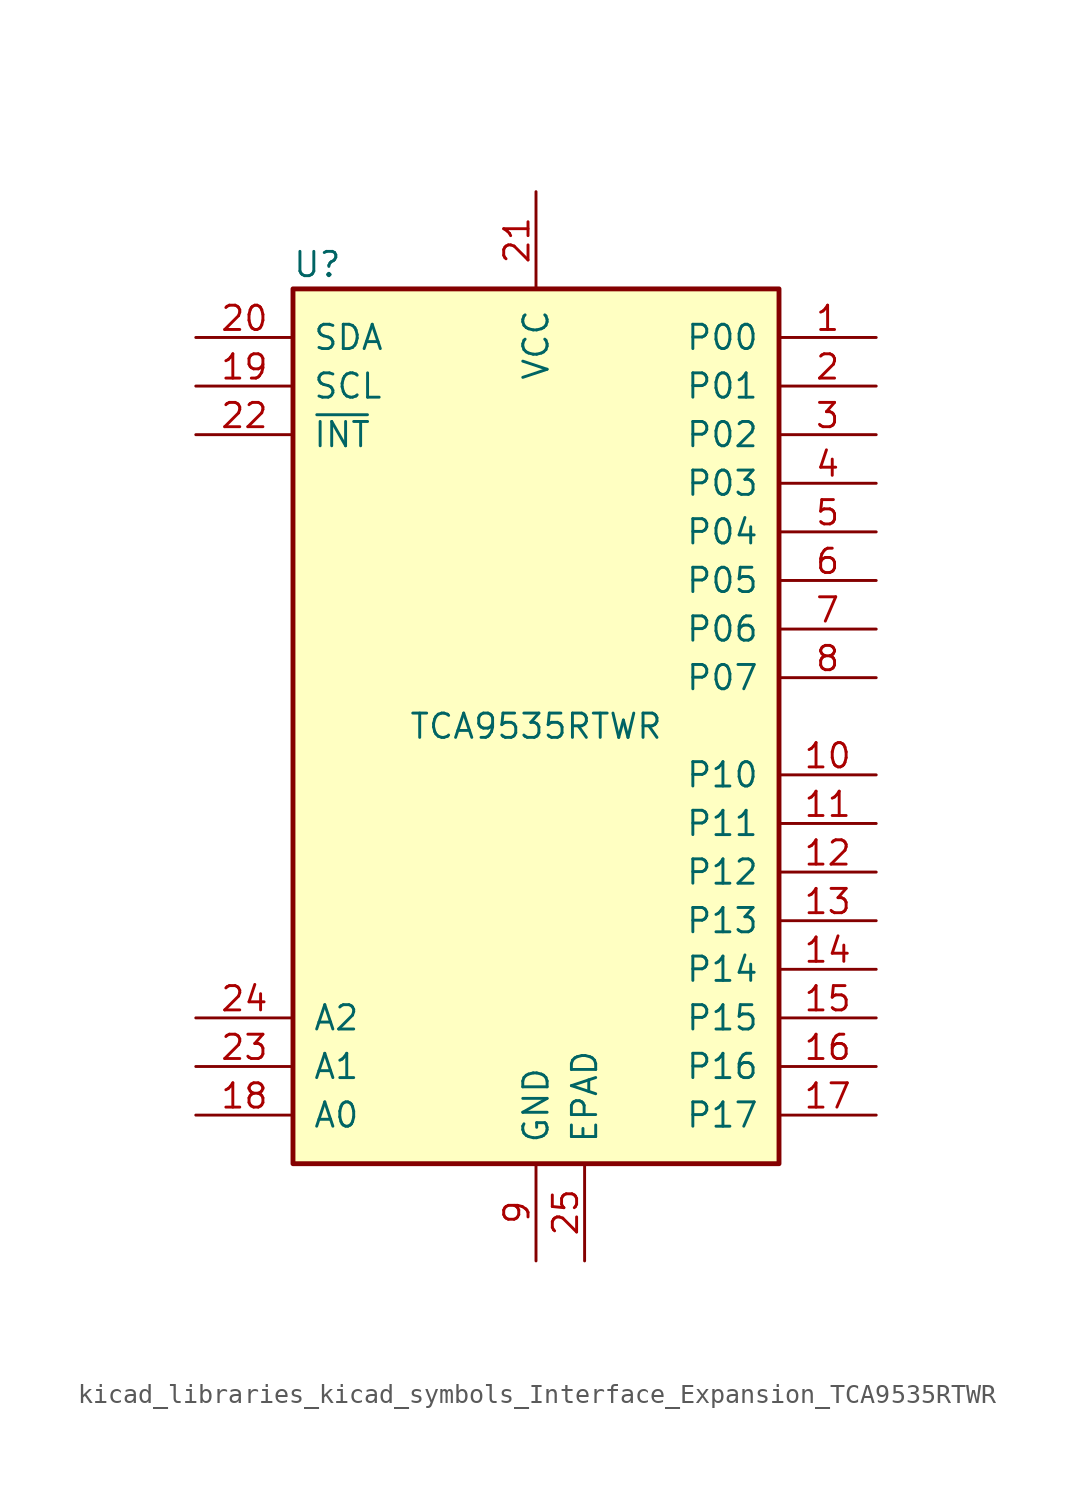
<source format=kicad_sym>
(kicad_symbol_lib
  (version 20220914)
  (generator kicad_symbol_editor)
  (symbol "kicad_libraries_kicad_symbols_Interface_Expansion_TCA9535RTWR"
    (pin_names
      (offset 1.016))
    (property "Reference" "U"
      (at -11.43 24.13 0)
      (effects (font (size 1.27 1.27))))
    (property "Value" "TCA9535RTWR"
      (at 0 0 0)
      (effects (font (size 1.27 1.27))))
    (symbol "kicad_libraries_kicad_symbols_Interface_Expansion_TCA9535RTWR_0_1"
      (rectangle (start -12.7 22.86) (end 12.7 -22.86) (stroke (width 0.254) (type default)) (fill (type background))))
    (symbol "kicad_libraries_kicad_symbols_Interface_Expansion_TCA9535RTWR_1_1"
      (pin bidirectional line (at 17.78 20.32 180) (length 5.08) (name "P00" (effects (font (size 1.27 1.27)))) (number "1" (effects (font (size 1.27 1.27)))))
      (pin bidirectional line (at 17.78 -2.54 180) (length 5.08) (name "P10" (effects (font (size 1.27 1.27)))) (number "10" (effects (font (size 1.27 1.27)))))
      (pin bidirectional line (at 17.78 -5.08 180) (length 5.08) (name "P11" (effects (font (size 1.27 1.27)))) (number "11" (effects (font (size 1.27 1.27)))))
      (pin bidirectional line (at 17.78 -7.62 180) (length 5.08) (name "P12" (effects (font (size 1.27 1.27)))) (number "12" (effects (font (size 1.27 1.27)))))
      (pin bidirectional line (at 17.78 -10.16 180) (length 5.08) (name "P13" (effects (font (size 1.27 1.27)))) (number "13" (effects (font (size 1.27 1.27)))))
      (pin bidirectional line (at 17.78 -12.7 180) (length 5.08) (name "P14" (effects (font (size 1.27 1.27)))) (number "14" (effects (font (size 1.27 1.27)))))
      (pin bidirectional line (at 17.78 -15.24 180) (length 5.08) (name "P15" (effects (font (size 1.27 1.27)))) (number "15" (effects (font (size 1.27 1.27)))))
      (pin bidirectional line (at 17.78 -17.78 180) (length 5.08) (name "P16" (effects (font (size 1.27 1.27)))) (number "16" (effects (font (size 1.27 1.27)))))
      (pin bidirectional line (at 17.78 -20.32 180) (length 5.08) (name "P17" (effects (font (size 1.27 1.27)))) (number "17" (effects (font (size 1.27 1.27)))))
      (pin input line (at -17.78 -20.32 0) (length 5.08) (name "A0" (effects (font (size 1.27 1.27)))) (number "18" (effects (font (size 1.27 1.27)))))
      (pin input line (at -17.78 17.78 0) (length 5.08) (name "SCL" (effects (font (size 1.27 1.27)))) (number "19" (effects (font (size 1.27 1.27)))))
      (pin bidirectional line (at 17.78 17.78 180) (length 5.08) (name "P01" (effects (font (size 1.27 1.27)))) (number "2" (effects (font (size 1.27 1.27)))))
      (pin bidirectional line (at -17.78 20.32 0) (length 5.08) (name "SDA" (effects (font (size 1.27 1.27)))) (number "20" (effects (font (size 1.27 1.27)))))
      (pin power_in line (at 0 27.94 270) (length 5.08) (name "VCC" (effects (font (size 1.27 1.27)))) (number "21" (effects (font (size 1.27 1.27)))))
      (pin open_collector line (at -17.78 15.24 0) (length 5.08) (name "~{INT}" (effects (font (size 1.27 1.27)))) (number "22" (effects (font (size 1.27 1.27)))))
      (pin input line (at -17.78 -17.78 0) (length 5.08) (name "A1" (effects (font (size 1.27 1.27)))) (number "23" (effects (font (size 1.27 1.27)))))
      (pin input line (at -17.78 -15.24 0) (length 5.08) (name "A2" (effects (font (size 1.27 1.27)))) (number "24" (effects (font (size 1.27 1.27)))))
      (pin input line (at 2.54 -27.94 90) (length 5.08) (name "EPAD" (effects (font (size 1.27 1.27)))) (number "25" (effects (font (size 1.27 1.27)))))
      (pin bidirectional line (at 17.78 15.24 180) (length 5.08) (name "P02" (effects (font (size 1.27 1.27)))) (number "3" (effects (font (size 1.27 1.27)))))
      (pin bidirectional line (at 17.78 12.7 180) (length 5.08) (name "P03" (effects (font (size 1.27 1.27)))) (number "4" (effects (font (size 1.27 1.27)))))
      (pin bidirectional line (at 17.78 10.16 180) (length 5.08) (name "P04" (effects (font (size 1.27 1.27)))) (number "5" (effects (font (size 1.27 1.27)))))
      (pin bidirectional line (at 17.78 7.62 180) (length 5.08) (name "P05" (effects (font (size 1.27 1.27)))) (number "6" (effects (font (size 1.27 1.27)))))
      (pin bidirectional line (at 17.78 5.08 180) (length 5.08) (name "P06" (effects (font (size 1.27 1.27)))) (number "7" (effects (font (size 1.27 1.27)))))
      (pin bidirectional line (at 17.78 2.54 180) (length 5.08) (name "P07" (effects (font (size 1.27 1.27)))) (number "8" (effects (font (size 1.27 1.27)))))
      (pin power_in line (at 0 -27.94 90) (length 5.08) (name "GND" (effects (font (size 1.27 1.27)))) (number "9" (effects (font (size 1.27 1.27))))))))
</source>
